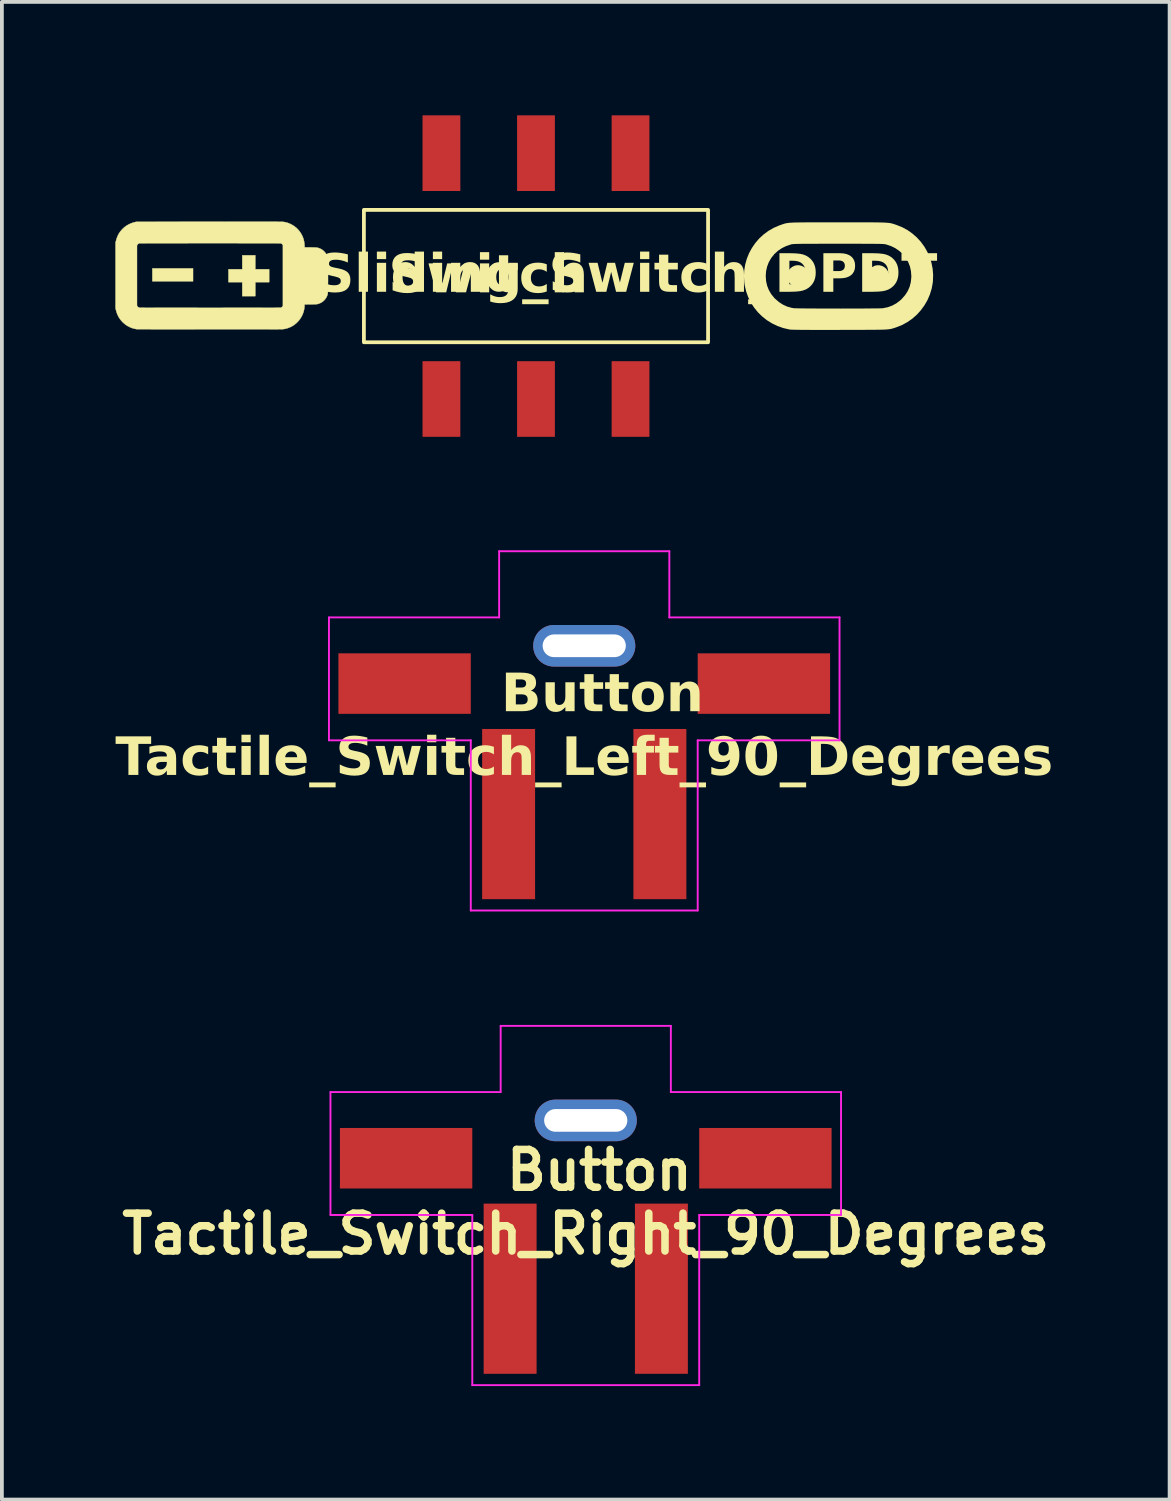
<source format=kicad_pcb>
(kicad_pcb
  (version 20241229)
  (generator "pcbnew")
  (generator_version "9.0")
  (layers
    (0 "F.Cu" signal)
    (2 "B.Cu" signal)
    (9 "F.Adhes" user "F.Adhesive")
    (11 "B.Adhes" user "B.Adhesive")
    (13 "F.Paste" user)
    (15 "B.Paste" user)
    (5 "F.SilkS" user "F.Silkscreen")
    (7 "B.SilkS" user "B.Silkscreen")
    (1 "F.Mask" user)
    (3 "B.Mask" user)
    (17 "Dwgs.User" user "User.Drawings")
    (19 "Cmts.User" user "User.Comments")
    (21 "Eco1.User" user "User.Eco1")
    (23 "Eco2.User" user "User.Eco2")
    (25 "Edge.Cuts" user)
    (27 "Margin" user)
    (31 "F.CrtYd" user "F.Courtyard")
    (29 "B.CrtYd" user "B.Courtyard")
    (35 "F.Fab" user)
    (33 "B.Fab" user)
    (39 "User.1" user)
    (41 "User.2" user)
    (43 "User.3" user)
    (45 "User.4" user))
  (footprint "Tactile_Switch_Left_90_Degrees"
    (layer "F.Cu")
    (at 12.398 17.025)
    (property "Reference" "Tactile_Switch_Left_90_Degrees" (at 0 0 0) (unlocked yes) (layer "F.SilkS") (effects (font (face "Segoe UI This") (size 1 1) (thickness 0.2) (bold yes))))
    (attr smd)
    (fp_line (start -6.75 -3.75) (end -2.25 -3.75) (stroke (width 0.05) (type default)) (layer "F.CrtYd"))
    (fp_line (start -6.75 -0.5) (end -6.75 -3.75) (stroke (width 0.05) (type default)) (layer "F.CrtYd"))
    (fp_line (start -3 -0.5) (end -6.75 -0.5) (stroke (width 0.05) (type default)) (layer "F.CrtYd"))
    (fp_line (start -3 4) (end -3 -0.5) (stroke (width 0.05) (type default)) (layer "F.CrtYd"))
    (fp_line (start -2.25 -5.5) (end 2.25 -5.5) (stroke (width 0.05) (type default)) (layer "F.CrtYd"))
    (fp_line (start -2.25 -3.75) (end -2.25 -5.5) (stroke (width 0.05) (type default)) (layer "F.CrtYd"))
    (fp_line (start 2.25 -5.5) (end 2.25 -3.75) (stroke (width 0.05) (type default)) (layer "F.CrtYd"))
    (fp_line (start 2.25 -3.75) (end 6.75 -3.75) (stroke (width 0.05) (type default)) (layer "F.CrtYd"))
    (fp_line (start 3 -0.5) (end 3 4) (stroke (width 0.05) (type default)) (layer "F.CrtYd"))
    (fp_line (start 3 4) (end -3 4) (stroke (width 0.05) (type default)) (layer "F.CrtYd"))
    (fp_line (start 6.75 -3.75) (end 6.75 -0.5) (stroke (width 0.05) (type default)) (layer "F.CrtYd"))
    (fp_line (start 6.75 -0.5) (end 3 -0.5) (stroke (width 0.05) (type default)) (layer "F.CrtYd"))
    (fp_text user "Button" (at -2.2 -1.1 0) (unlocked yes) (layer "F.SilkS") (effects (font (face "Segoe UI This") (size 1 1) (thickness 0.2) (bold yes)) (justify left bottom)))
    (pad "" smd rect (at -4.75 -2 180) (size 3.5 1.6) (layers "F.Cu" "F.Mask" "F.Paste"))
    (pad "" thru_hole oval (at 0 -3) (size 2.7 1.1) (drill oval 2.2 0.6) (layers "*.Cu" "*.Mask"))
    (pad "" smd rect (at 4.75 -2 180) (size 3.5 1.6) (layers "F.Cu" "F.Mask" "F.Paste"))
    (pad "1" smd rect (at 2 1.45 90) (size 4.5 1.4) (layers "F.Cu" "F.Mask" "F.Paste"))
    (pad "2" smd rect (at -2 1.45 90) (size 4.5 1.4) (layers "F.Cu" "F.Mask" "F.Paste")))
  (footprint "Sliding_Switch_DPDT"
    (layer "F.Cu")
    (at 11.122 4.25)
    (property "Reference" "Sliding_Switch_DPDT" (at 2.4 0 0) (unlocked yes) (layer "F.SilkS") (effects (font (face "Segoe UI This") (size 1 1) (thickness 0.18) (bold yes))))
    (attr smd)
    (fp_rect (start -4.55 -1.75) (end 4.55 1.75) (stroke (width 0.1) (type default)) (fill no) (layer "F.SilkS"))
    (fp_poly (pts (xy -9.068 0.137) (xy -10.143 0.137) (xy -10.143 -0.204) (xy -9.068 -0.204) (xy -9.068 0.137)) (stroke (width 0.01) (type solid)) (fill yes) (layer "F.SilkS"))
    (fp_poly (pts (xy -7.421 -0.18) (xy -7.055 -0.18) (xy -7.055 0.161) (xy -7.421 0.161) (xy -7.421 0.53) (xy -7.766 0.53) (xy -7.766 0.161) (xy -8.131 0.161) (xy -8.131 -0.18) (xy -7.766 -0.18) (xy -7.766 -0.549) (xy -7.421 -0.549) (xy -7.421 -0.18)) (stroke (width 0.01) (type solid)) (fill yes) (layer "F.SilkS"))
    (fp_poly (pts (xy 7.011 -0.275) (xy 7.075 -0.247) (xy 7.13 -0.206) (xy 7.168 -0.161) (xy 7.201 -0.095) (xy 7.215 -0.025) (xy 7.213 0.046) (xy 7.193 0.114) (xy 7.156 0.177) (xy 7.131 0.205) (xy 7.074 0.249) (xy 7.009 0.277) (xy 6.941 0.289) (xy 6.872 0.284) (xy 6.857 0.28) (xy 6.786 0.251) (xy 6.728 0.208) (xy 6.684 0.152) (xy 6.655 0.087) (xy 6.642 0.014) (xy 6.642 0) (xy 6.651 -0.074) (xy 6.677 -0.141) (xy 6.719 -0.198) (xy 6.774 -0.243) (xy 6.841 -0.274) (xy 6.878 -0.284) (xy 6.944 -0.288)) (stroke (width 0) (type solid)) (fill yes) (layer "F.SilkS"))
    (fp_poly (pts (xy 9.088 -0.285) (xy 9.152 -0.268) (xy 9.211 -0.236) (xy 9.262 -0.192) (xy 9.302 -0.135) (xy 9.329 -0.068) (xy 9.329 -0.065) (xy 9.337 0.003) (xy 9.328 0.069) (xy 9.303 0.131) (xy 9.266 0.185) (xy 9.219 0.231) (xy 9.162 0.265) (xy 9.1 0.285) (xy 9.033 0.29) (xy 8.984 0.283) (xy 8.915 0.256) (xy 8.854 0.213) (xy 8.804 0.156) (xy 8.785 0.125) (xy 8.774 0.091) (xy 8.767 0.046) (xy 8.764 -0.005) (xy 8.765 -0.053) (xy 8.771 -0.085) (xy 8.793 -0.136) (xy 8.829 -0.186) (xy 8.876 -0.23) (xy 8.892 -0.241) (xy 8.955 -0.273) (xy 9.021 -0.287)) (stroke (width 0) (type solid)) (fill yes) (layer "F.SilkS"))
    (fp_poly (pts (xy 7.717 -1.421) (xy 7.893 -1.421) (xy 8 -1.421) (xy 8.187 -1.421) (xy 8.355 -1.421) (xy 8.507 -1.421) (xy 8.642 -1.421) (xy 8.761 -1.421) (xy 8.867 -1.421) (xy 8.96 -1.42) (xy 9.041 -1.419) (xy 9.111 -1.418) (xy 9.172 -1.416) (xy 9.224 -1.414) (xy 9.268 -1.411) (xy 9.306 -1.408) (xy 9.339 -1.405) (xy 9.368 -1.4) (xy 9.394 -1.395) (xy 9.417 -1.389) (xy 9.44 -1.383) (xy 9.463 -1.376) (xy 9.488 -1.367) (xy 9.515 -1.358) (xy 9.53 -1.353) (xy 9.681 -1.293) (xy 9.822 -1.217) (xy 9.951 -1.126) (xy 10.07 -1.022) (xy 10.175 -0.907) (xy 10.268 -0.78) (xy 10.346 -0.644) (xy 10.409 -0.5) (xy 10.457 -0.35) (xy 10.488 -0.194) (xy 10.501 -0.035) (xy 10.496 0.128) (xy 10.491 0.176) (xy 10.462 0.335) (xy 10.414 0.489) (xy 10.351 0.636) (xy 10.271 0.774) (xy 10.177 0.903) (xy 10.07 1.021) (xy 9.951 1.126) (xy 9.82 1.217) (xy 9.679 1.294) (xy 9.53 1.353) (xy 9.502 1.363) (xy 9.476 1.371) (xy 9.453 1.379) (xy 9.431 1.386) (xy 9.409 1.392) (xy 9.385 1.397) (xy 9.359 1.402) (xy 9.33 1.406) (xy 9.296 1.41) (xy 9.256 1.412) (xy 9.21 1.415) (xy 9.156 1.417) (xy 9.093 1.418) (xy 9.019 1.419) (xy 8.935 1.42) (xy 8.838 1.421) (xy 8.728 1.421) (xy 8.604 1.422) (xy 8.463 1.422) (xy 8.306 1.422) (xy 8.132 1.422) (xy 8.029 1.423) (xy 7.838 1.423) (xy 7.665 1.423) (xy 7.51 1.423) (xy 7.371 1.423) (xy 7.249 1.423) (xy 7.142 1.422) (xy 7.048 1.422) (xy 6.968 1.421) (xy 6.9 1.42) (xy 6.843 1.419) (xy 6.797 1.418) (xy 6.76 1.417) (xy 6.732 1.415) (xy 6.712 1.413) (xy 6.701 1.412) (xy 6.538 1.374) (xy 6.384 1.32) (xy 6.238 1.249) (xy 6.102 1.164) (xy 5.978 1.065) (xy 5.865 0.954) (xy 5.766 0.831) (xy 5.68 0.697) (xy 5.61 0.554) (xy 5.556 0.402) (xy 5.519 0.244) (xy 5.509 0.176) (xy 5.499 0.012) (xy 5.499 0) (xy 6.075 0) (xy 6.084 0.13) (xy 6.111 0.252) (xy 6.156 0.367) (xy 6.218 0.474) (xy 6.299 0.575) (xy 6.325 0.601) (xy 6.422 0.685) (xy 6.528 0.754) (xy 6.641 0.806) (xy 6.759 0.839) (xy 6.814 0.849) (xy 6.836 0.85) (xy 6.875 0.851) (xy 6.931 0.853) (xy 7.001 0.854) (xy 7.085 0.855) (xy 7.181 0.856) (xy 7.287 0.856) (xy 7.402 0.857) (xy 7.524 0.858) (xy 7.651 0.858) (xy 7.782 0.858) (xy 7.916 0.858) (xy 8.051 0.859) (xy 8.185 0.858) (xy 8.316 0.858) (xy 8.444 0.858) (xy 8.567 0.858) (xy 8.683 0.857) (xy 8.79 0.856) (xy 8.888 0.855) (xy 8.974 0.855) (xy 9.046 0.854) (xy 9.105 0.852) (xy 9.147 0.851) (xy 9.171 0.85) (xy 9.173 0.849) (xy 9.299 0.824) (xy 9.418 0.781) (xy 9.529 0.72) (xy 9.632 0.642) (xy 9.675 0.601) (xy 9.761 0.502) (xy 9.829 0.397) (xy 9.879 0.284) (xy 9.91 0.164) (xy 9.924 0.036) (xy 9.925 0) (xy 9.915 -0.13) (xy 9.888 -0.254) (xy 9.842 -0.371) (xy 9.778 -0.48) (xy 9.697 -0.582) (xy 9.607 -0.665) (xy 9.504 -0.736) (xy 9.388 -0.793) (xy 9.263 -0.835) (xy 9.254 -0.838) (xy 9.243 -0.84) (xy 9.23 -0.842) (xy 9.215 -0.845) (xy 9.196 -0.846) (xy 9.172 -0.848) (xy 9.142 -0.849) (xy 9.105 -0.851) (xy 9.06 -0.852) (xy 9.006 -0.852) (xy 8.941 -0.853) (xy 8.866 -0.854) (xy 8.778 -0.854) (xy 8.676 -0.854) (xy 8.56 -0.855) (xy 8.428 -0.855) (xy 8.279 -0.855) (xy 8.113 -0.855) (xy 8 -0.855) (xy 7.822 -0.855) (xy 7.663 -0.855) (xy 7.521 -0.855) (xy 7.395 -0.854) (xy 7.284 -0.854) (xy 7.188 -0.854) (xy 7.104 -0.853) (xy 7.033 -0.853) (xy 6.973 -0.852) (xy 6.922 -0.851) (xy 6.88 -0.85) (xy 6.846 -0.849) (xy 6.818 -0.847) (xy 6.796 -0.846) (xy 6.779 -0.844) (xy 6.765 -0.842) (xy 6.753 -0.839) (xy 6.746 -0.838) (xy 6.62 -0.796) (xy 6.504 -0.74) (xy 6.4 -0.67) (xy 6.309 -0.588) (xy 6.303 -0.582) (xy 6.221 -0.479) (xy 6.157 -0.37) (xy 6.112 -0.253) (xy 6.084 -0.129) (xy 6.075 0) (xy 5.499 0) (xy 5.507 -0.149) (xy 5.532 -0.306) (xy 5.575 -0.459) (xy 5.634 -0.605) (xy 5.709 -0.743) (xy 5.798 -0.872) (xy 5.9 -0.992) (xy 6.016 -1.099) (xy 6.144 -1.194) (xy 6.283 -1.274) (xy 6.432 -1.339) (xy 6.466 -1.351) (xy 6.495 -1.361) (xy 6.521 -1.37) (xy 6.544 -1.378) (xy 6.567 -1.385) (xy 6.591 -1.392) (xy 6.615 -1.397) (xy 6.642 -1.402) (xy 6.673 -1.406) (xy 6.708 -1.41) (xy 6.749 -1.412) (xy 6.797 -1.415) (xy 6.853 -1.417) (xy 6.917 -1.418) (xy 6.992 -1.419) (xy 7.079 -1.42) (xy 7.177 -1.421) (xy 7.289 -1.421) (xy 7.416 -1.421) (xy 7.558 -1.421)) (stroke (width 0) (type solid)) (fill yes) (layer "F.SilkS"))
    (fp_poly (pts (xy -7.403 -1.438) (xy -7.328 -1.438) (xy -7.259 -1.438) (xy -7.195 -1.438) (xy -7.136 -1.438) (xy -7.082 -1.438) (xy -7.033 -1.437) (xy -6.987 -1.437) (xy -6.946 -1.437) (xy -6.909 -1.437) (xy -6.875 -1.437) (xy -6.845 -1.437) (xy -6.818 -1.436) (xy -6.795 -1.436) (xy -6.774 -1.436) (xy -6.755 -1.436) (xy -6.739 -1.435) (xy -6.725 -1.435) (xy -6.714 -1.435) (xy -6.703 -1.434) (xy -6.695 -1.434) (xy -6.688 -1.434) (xy -6.682 -1.433) (xy -6.677 -1.433) (xy -6.672 -1.432) (xy -6.668 -1.432) (xy -6.665 -1.431) (xy -6.663 -1.431) (xy -6.609 -1.42) (xy -6.561 -1.406) (xy -6.514 -1.388) (xy -6.509 -1.385) (xy -6.445 -1.353) (xy -6.386 -1.315) (xy -6.331 -1.271) (xy -6.283 -1.222) (xy -6.24 -1.168) (xy -6.203 -1.11) (xy -6.172 -1.048) (xy -6.148 -0.983) (xy -6.131 -0.915) (xy -6.122 -0.845) (xy -6.12 -0.819) (xy -6.118 -0.76) (xy -5.962 -0.758) (xy -5.919 -0.758) (xy -5.882 -0.757) (xy -5.851 -0.756) (xy -5.825 -0.755) (xy -5.804 -0.753) (xy -5.786 -0.751) (xy -5.771 -0.748) (xy -5.756 -0.745) (xy -5.743 -0.74) (xy -5.729 -0.735) (xy -5.717 -0.73) (xy -5.684 -0.715) (xy -5.657 -0.699) (xy -5.632 -0.68) (xy -5.612 -0.663) (xy -5.575 -0.624) (xy -5.546 -0.581) (xy -5.523 -0.534) (xy -5.507 -0.483) (xy -5.506 -0.475) (xy -5.505 -0.467) (xy -5.504 -0.45) (xy -5.503 -0.428) (xy -5.502 -0.399) (xy -5.501 -0.365) (xy -5.501 -0.326) (xy -5.5 -0.283) (xy -5.5 -0.237) (xy -5.5 -0.187) (xy -5.499 -0.136) (xy -5.499 -0.083) (xy -5.499 -0.029) (xy -5.499 0.025) (xy -5.499 0.079) (xy -5.499 0.132) (xy -5.5 0.183) (xy -5.5 0.232) (xy -5.5 0.278) (xy -5.501 0.321) (xy -5.502 0.359) (xy -5.502 0.392) (xy -5.503 0.42) (xy -5.504 0.442) (xy -5.505 0.457) (xy -5.506 0.464) (xy -5.52 0.515) (xy -5.542 0.563) (xy -5.571 0.606) (xy -5.606 0.646) (xy -5.612 0.652) (xy -5.638 0.674) (xy -5.663 0.691) (xy -5.691 0.707) (xy -5.717 0.719) (xy -5.732 0.725) (xy -5.745 0.73) (xy -5.759 0.734) (xy -5.773 0.738) (xy -5.789 0.741) (xy -5.808 0.743) (xy -5.83 0.744) (xy -5.856 0.745) (xy -5.888 0.746) (xy -5.926 0.747) (xy -5.962 0.747) (xy -6.118 0.749) (xy -6.12 0.796) (xy -6.127 0.864) (xy -6.142 0.932) (xy -6.164 0.998) (xy -6.193 1.061) (xy -6.229 1.121) (xy -6.27 1.176) (xy -6.318 1.227) (xy -6.321 1.23) (xy -6.376 1.277) (xy -6.434 1.317) (xy -6.496 1.349) (xy -6.561 1.375) (xy -6.63 1.393) (xy -6.662 1.4) (xy -6.665 1.4) (xy -6.669 1.401) (xy -6.673 1.401) (xy -6.678 1.402) (xy -6.684 1.402) (xy -6.69 1.403) (xy -6.698 1.403) (xy -6.707 1.404) (xy -6.718 1.404) (xy -6.731 1.404) (xy -6.746 1.405) (xy -6.763 1.405) (xy -6.782 1.405) (xy -6.805 1.405) (xy -6.83 1.406) (xy -6.859 1.406) (xy -6.891 1.406) (xy -6.926 1.406) (xy -6.965 1.406) (xy -7.009 1.406) (xy -7.056 1.407) (xy -7.108 1.407) (xy -7.165 1.407) (xy -7.226 1.407) (xy -7.293 1.407) (xy -7.364 1.407) (xy -7.442 1.407) (xy -7.525 1.407) (xy -7.614 1.407) (xy -7.709 1.407) (xy -7.811 1.407) (xy -7.919 1.407) (xy -8.033 1.407) (xy -8.155 1.407) (xy -8.284 1.407) (xy -8.421 1.407) (xy -8.565 1.407) (xy -8.622 1.407) (xy -8.746 1.407) (xy -8.867 1.407) (xy -8.985 1.407) (xy -9.102 1.406) (xy -9.216 1.406) (xy -9.326 1.406) (xy -9.434 1.406) (xy -9.538 1.406) (xy -9.639 1.406) (xy -9.736 1.406) (xy -9.828 1.406) (xy -9.916 1.406) (xy -10 1.406) (xy -10.078 1.406) (xy -10.152 1.406) (xy -10.22 1.405) (xy -10.282 1.405) (xy -10.339 1.405) (xy -10.389 1.405) (xy -10.433 1.405) (xy -10.471 1.405) (xy -10.502 1.405) (xy -10.525 1.405) (xy -10.542 1.405) (xy -10.55 1.405) (xy -10.552 1.404) (xy -10.561 1.403) (xy -10.576 1.4) (xy -10.595 1.396) (xy -10.611 1.393) (xy -10.681 1.374) (xy -10.746 1.347) (xy -10.808 1.314) (xy -10.866 1.274) (xy -10.921 1.227) (xy -10.939 1.208) (xy -10.986 1.154) (xy -11.026 1.096) (xy -11.059 1.034) (xy -11.086 0.967) (xy -11.106 0.897) (xy -11.117 0.85) (xy -11.117 -0.809) (xy -10.55 -0.809) (xy -10.55 0.778) (xy -10.541 0.795) (xy -10.526 0.814) (xy -10.505 0.829) (xy -10.493 0.834) (xy -10.49 0.835) (xy -10.486 0.835) (xy -10.478 0.835) (xy -10.467 0.836) (xy -10.454 0.836) (xy -10.437 0.836) (xy -10.416 0.837) (xy -10.392 0.837) (xy -10.364 0.837) (xy -10.332 0.838) (xy -10.296 0.838) (xy -10.256 0.838) (xy -10.21 0.838) (xy -10.16 0.838) (xy -10.105 0.838) (xy -10.045 0.839) (xy -9.979 0.839) (xy -9.908 0.839) (xy -9.831 0.839) (xy -9.748 0.839) (xy -9.659 0.839) (xy -9.564 0.839) (xy -9.462 0.839) (xy -9.354 0.839) (xy -9.238 0.839) (xy -9.116 0.839) (xy -8.986 0.839) (xy -8.849 0.84) (xy -8.704 0.84) (xy -8.623 0.84) (xy -8.495 0.84) (xy -8.369 0.84) (xy -8.247 0.839) (xy -8.128 0.839) (xy -8.012 0.839) (xy -7.9 0.839) (xy -7.791 0.839) (xy -7.687 0.839) (xy -7.587 0.839) (xy -7.492 0.839) (xy -7.401 0.839) (xy -7.315 0.839) (xy -7.235 0.838) (xy -7.16 0.838) (xy -7.09 0.838) (xy -7.027 0.838) (xy -6.969 0.838) (xy -6.918 0.838) (xy -6.873 0.837) (xy -6.835 0.837) (xy -6.804 0.837) (xy -6.78 0.837) (xy -6.763 0.836) (xy -6.754 0.836) (xy -6.753 0.836) (xy -6.73 0.827) (xy -6.711 0.812) (xy -6.702 0.801) (xy -6.692 0.787) (xy -6.692 -0.818) (xy -6.702 -0.832) (xy -6.719 -0.85) (xy -6.739 -0.863) (xy -6.753 -0.867) (xy -6.758 -0.867) (xy -6.771 -0.868) (xy -6.791 -0.868) (xy -6.818 -0.868) (xy -6.852 -0.868) (xy -6.892 -0.869) (xy -6.938 -0.869) (xy -6.991 -0.869) (xy -7.048 -0.869) (xy -7.111 -0.869) (xy -7.179 -0.87) (xy -7.252 -0.87) (xy -7.329 -0.87) (xy -7.41 -0.87) (xy -7.494 -0.87) (xy -7.582 -0.87) (xy -7.673 -0.87) (xy -7.767 -0.87) (xy -7.864 -0.87) (xy -7.962 -0.871) (xy -8.063 -0.871) (xy -8.165 -0.871) (xy -8.268 -0.871) (xy -8.373 -0.871) (xy -8.478 -0.871) (xy -8.584 -0.871) (xy -8.689 -0.871) (xy -8.795 -0.871) (xy -8.9 -0.871) (xy -9.004 -0.871) (xy -9.107 -0.871) (xy -9.209 -0.87) (xy -9.309 -0.87) (xy -9.407 -0.87) (xy -9.503 -0.87) (xy -9.596 -0.87) (xy -9.686 -0.87) (xy -9.773 -0.87) (xy -9.857 -0.87) (xy -9.936 -0.87) (xy -10.012 -0.869) (xy -10.083 -0.869) (xy -10.149 -0.869) (xy -10.211 -0.869) (xy -10.267 -0.869) (xy -10.318 -0.868) (xy -10.362 -0.868) (xy -10.401 -0.868) (xy -10.432 -0.868) (xy -10.458 -0.867) (xy -10.475 -0.867) (xy -10.486 -0.867) (xy -10.489 -0.867) (xy -10.512 -0.856) (xy -10.531 -0.84) (xy -10.54 -0.827) (xy -10.55 -0.809) (xy -11.117 -0.809) (xy -11.117 -0.881) (xy -11.106 -0.928) (xy -11.086 -0.998) (xy -11.061 -1.062) (xy -11.03 -1.122) (xy -10.992 -1.178) (xy -10.947 -1.231) (xy -10.935 -1.243) (xy -10.884 -1.291) (xy -10.828 -1.332) (xy -10.768 -1.367) (xy -10.704 -1.396) (xy -10.634 -1.419) (xy -10.611 -1.425) (xy -10.566 -1.436) (xy -8.637 -1.437) (xy -8.489 -1.437) (xy -8.349 -1.437) (xy -8.217 -1.438) (xy -8.092 -1.438) (xy -7.974 -1.438) (xy -7.863 -1.438) (xy -7.758 -1.438) (xy -7.66 -1.438) (xy -7.568 -1.438) (xy -7.483 -1.438) (xy -7.403 -1.438)) (stroke (width 0.01) (type solid)) (fill yes) (layer "F.SilkS"))
    (fp_text user "Switch" (at -3.9 0.6 0) (unlocked yes) (layer "F.SilkS") (effects (font (face "Segoe UI This") (size 1 1) (thickness 0.18) (bold yes)) (justify left bottom)))
    (pad "1" smd rect (at -2.5 -3.25) (size 1 2) (layers "F.Cu" "F.Mask" "F.Paste"))
    (pad "2" smd rect (at 0 -3.25) (size 1 2) (layers "F.Cu" "F.Mask" "F.Paste"))
    (pad "3" smd rect (at 2.5 -3.25) (size 1 2) (layers "F.Cu" "F.Mask" "F.Paste"))
    (pad "4" smd rect (at -2.5 3.25) (size 1 2) (layers "F.Cu" "F.Mask" "F.Paste"))
    (pad "5" smd rect (at 0 3.25) (size 1 2) (layers "F.Cu" "F.Mask" "F.Paste"))
    (pad "6" smd rect (at 2.5 3.25) (size 1 2) (layers "F.Cu" "F.Mask" "F.Paste")))
  (footprint "Tactile_Switch_Right_90_Degrees"
    (layer "F.Cu")
    (at 12.438 29.575)
    (property "Reference" "Tactile_Switch_Right_90_Degrees" (at 0 0 0) (unlocked yes) (layer "F.SilkS") (effects (font (size 1 1) (thickness 0.2) (bold yes))))
    (attr smd)
    (fp_line (start -6.75 -3.75) (end -2.25 -3.75) (stroke (width 0.05) (type default)) (layer "F.CrtYd"))
    (fp_line (start -6.75 -0.5) (end -6.75 -3.75) (stroke (width 0.05) (type default)) (layer "F.CrtYd"))
    (fp_line (start -3 -0.5) (end -6.75 -0.5) (stroke (width 0.05) (type default)) (layer "F.CrtYd"))
    (fp_line (start -3 4) (end -3 -0.5) (stroke (width 0.05) (type default)) (layer "F.CrtYd"))
    (fp_line (start -2.25 -5.5) (end 2.25 -5.5) (stroke (width 0.05) (type default)) (layer "F.CrtYd"))
    (fp_line (start -2.25 -3.75) (end -2.25 -5.5) (stroke (width 0.05) (type default)) (layer "F.CrtYd"))
    (fp_line (start 2.25 -5.5) (end 2.25 -3.75) (stroke (width 0.05) (type default)) (layer "F.CrtYd"))
    (fp_line (start 2.25 -3.75) (end 6.75 -3.75) (stroke (width 0.05) (type default)) (layer "F.CrtYd"))
    (fp_line (start 3 -0.5) (end 3 4) (stroke (width 0.05) (type default)) (layer "F.CrtYd"))
    (fp_line (start 3 4) (end -3 4) (stroke (width 0.05) (type default)) (layer "F.CrtYd"))
    (fp_line (start 6.75 -3.75) (end 6.75 -0.5) (stroke (width 0.05) (type default)) (layer "F.CrtYd"))
    (fp_line (start 6.75 -0.5) (end 3 -0.5) (stroke (width 0.05) (type default)) (layer "F.CrtYd"))
    (fp_text user "Button" (at -2.2 -1.1 0) (unlocked yes) (layer "F.SilkS") (effects (font (size 1 1) (thickness 0.2) (bold yes)) (justify left bottom)))
    (pad "" smd rect (at -4.75 -2 180) (size 3.5 1.6) (layers "F.Cu" "F.Mask" "F.Paste"))
    (pad "" thru_hole oval (at 0 -3) (size 2.7 1.1) (drill oval 2.2 0.6) (layers "*.Cu" "*.Mask"))
    (pad "" smd rect (at 4.75 -2 180) (size 3.5 1.6) (layers "F.Cu" "F.Mask" "F.Paste"))
    (pad "1" smd rect (at -2 1.45 90) (size 4.5 1.4) (layers "F.Cu" "F.Mask" "F.Paste"))
    (pad "2" smd rect (at 2 1.45 90) (size 4.5 1.4) (layers "F.Cu" "F.Mask" "F.Paste")))
  (gr_rect
    (start -3 -3)
    (end 27.876 36.6)
    (stroke (width 0.1) (type default))
    (fill no)
    (layer "Edge.Cuts")))
</source>
